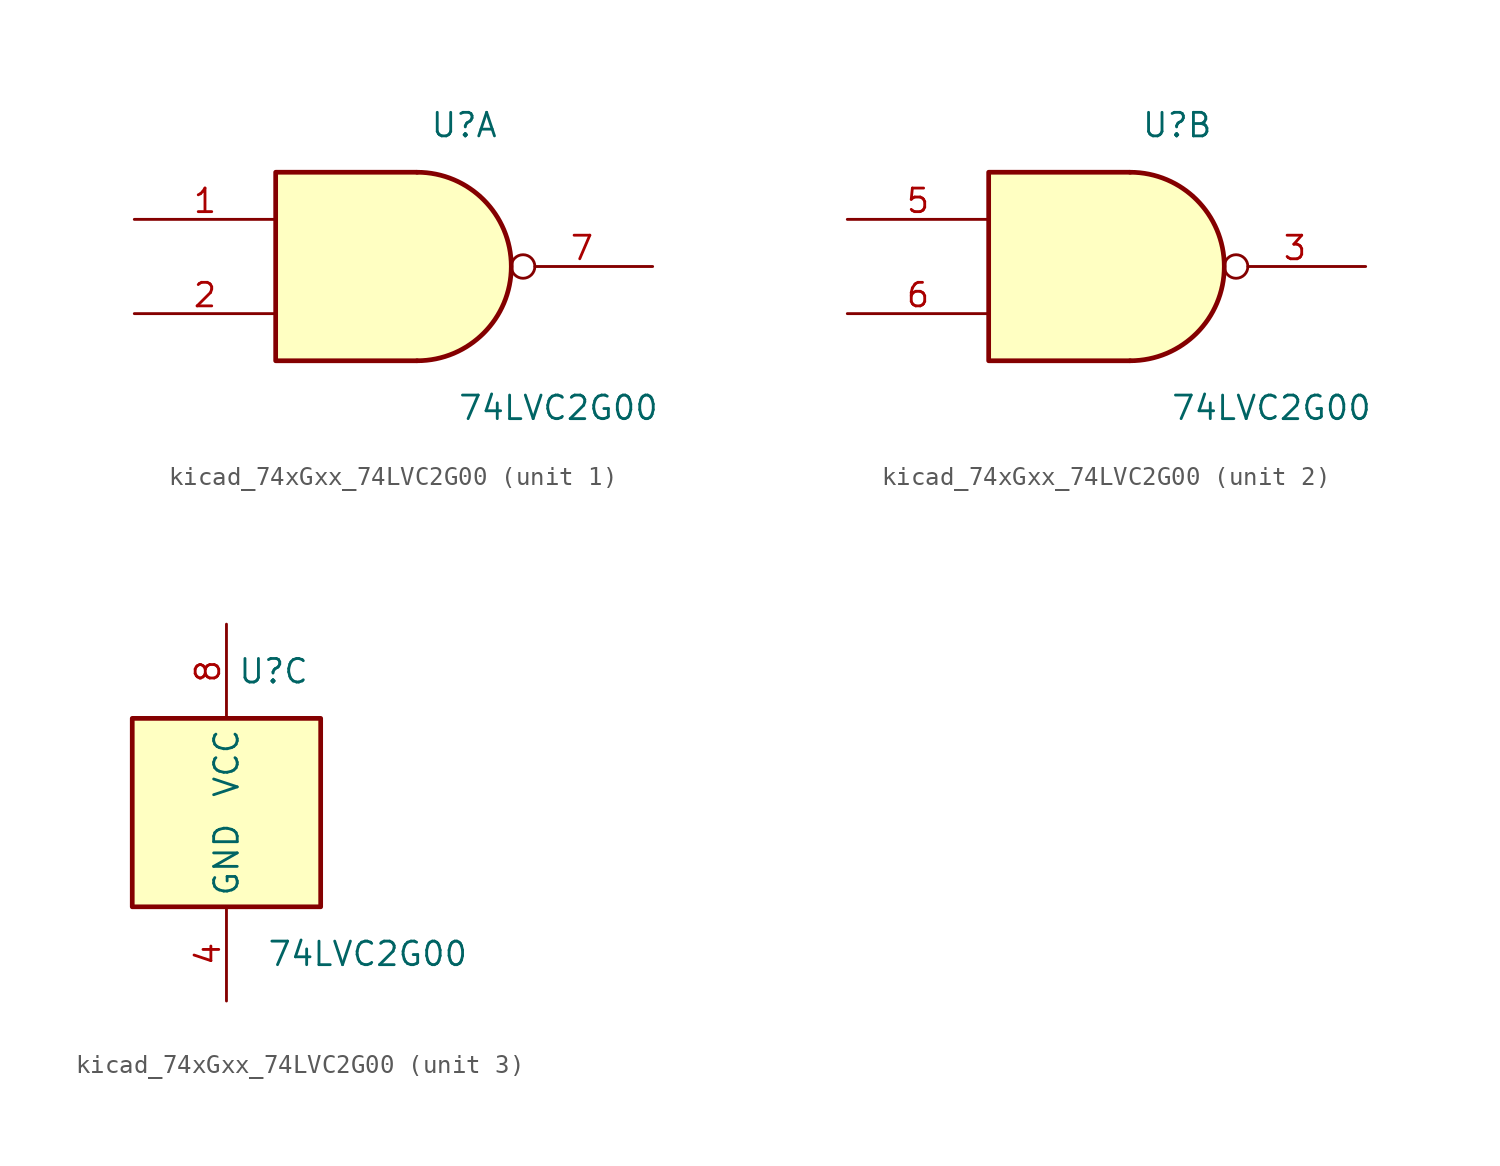
<source format=kicad_sym>
(kicad_symbol_lib
  (version 20220914)
  (generator kicad_symbol_editor)
  (symbol "kicad_74xGxx_74LVC2G00"
    (property "Reference" "U"
      (at 2.54 7.62 0)
      (effects (font (size 1.27 1.27))))
    (property "Value" "74LVC2G00"
      (at 7.62 -7.62 0)
      (effects (font (size 1.27 1.27))))
    (symbol "kicad_74xGxx_74LVC2G00_1_1"
      (arc (start 0 -5.08) (mid 5.0579 0) (end 0 5.08) (stroke (width 0.254) (type default)) (fill (type background)))
      (polyline (pts (xy 0 -5.08) (xy -7.62 -5.08) (xy -7.62 5.08) (xy 0 5.08)) (stroke (width 0.254) (type default)) (fill (type background)))
      (pin input line (at -15.24 2.54 0) (length 7.62) (name "~" (effects (font (size 1.27 1.27)))) (number "1" (effects (font (size 1.27 1.27)))))
      (pin input line (at -15.24 -2.54 0) (length 7.62) (name "~" (effects (font (size 1.27 1.27)))) (number "2" (effects (font (size 1.27 1.27)))))
      (pin output inverted (at 12.7 0 180) (length 7.62) (name "~" (effects (font (size 1.27 1.27)))) (number "7" (effects (font (size 1.27 1.27))))))
    (symbol "kicad_74xGxx_74LVC2G00_2_1"
      (arc (start 0 -5.08) (mid 5.0579 0) (end 0 5.08) (stroke (width 0.254) (type default)) (fill (type background)))
      (polyline (pts (xy 0 -5.08) (xy -7.62 -5.08) (xy -7.62 5.08) (xy 0 5.08)) (stroke (width 0.254) (type default)) (fill (type background)))
      (pin output inverted (at 12.7 0 180) (length 7.62) (name "~" (effects (font (size 1.27 1.27)))) (number "3" (effects (font (size 1.27 1.27)))))
      (pin input line (at -15.24 2.54 0) (length 7.62) (name "~" (effects (font (size 1.27 1.27)))) (number "5" (effects (font (size 1.27 1.27)))))
      (pin input line (at -15.24 -2.54 0) (length 7.62) (name "~" (effects (font (size 1.27 1.27)))) (number "6" (effects (font (size 1.27 1.27))))))
    (symbol "kicad_74xGxx_74LVC2G00_3_0"
      (rectangle (start -5.08 -5.08) (end 5.08 5.08) (stroke (width 0.254) (type default)) (fill (type background))))
    (symbol "kicad_74xGxx_74LVC2G00_3_1"
      (pin power_in line (at 0 -10.16 90) (length 5.08) (name "GND" (effects (font (size 1.27 1.27)))) (number "4" (effects (font (size 1.27 1.27)))))
      (pin power_in line (at 0 10.16 270) (length 5.08) (name "VCC" (effects (font (size 1.27 1.27)))) (number "8" (effects (font (size 1.27 1.27))))))))
</source>
